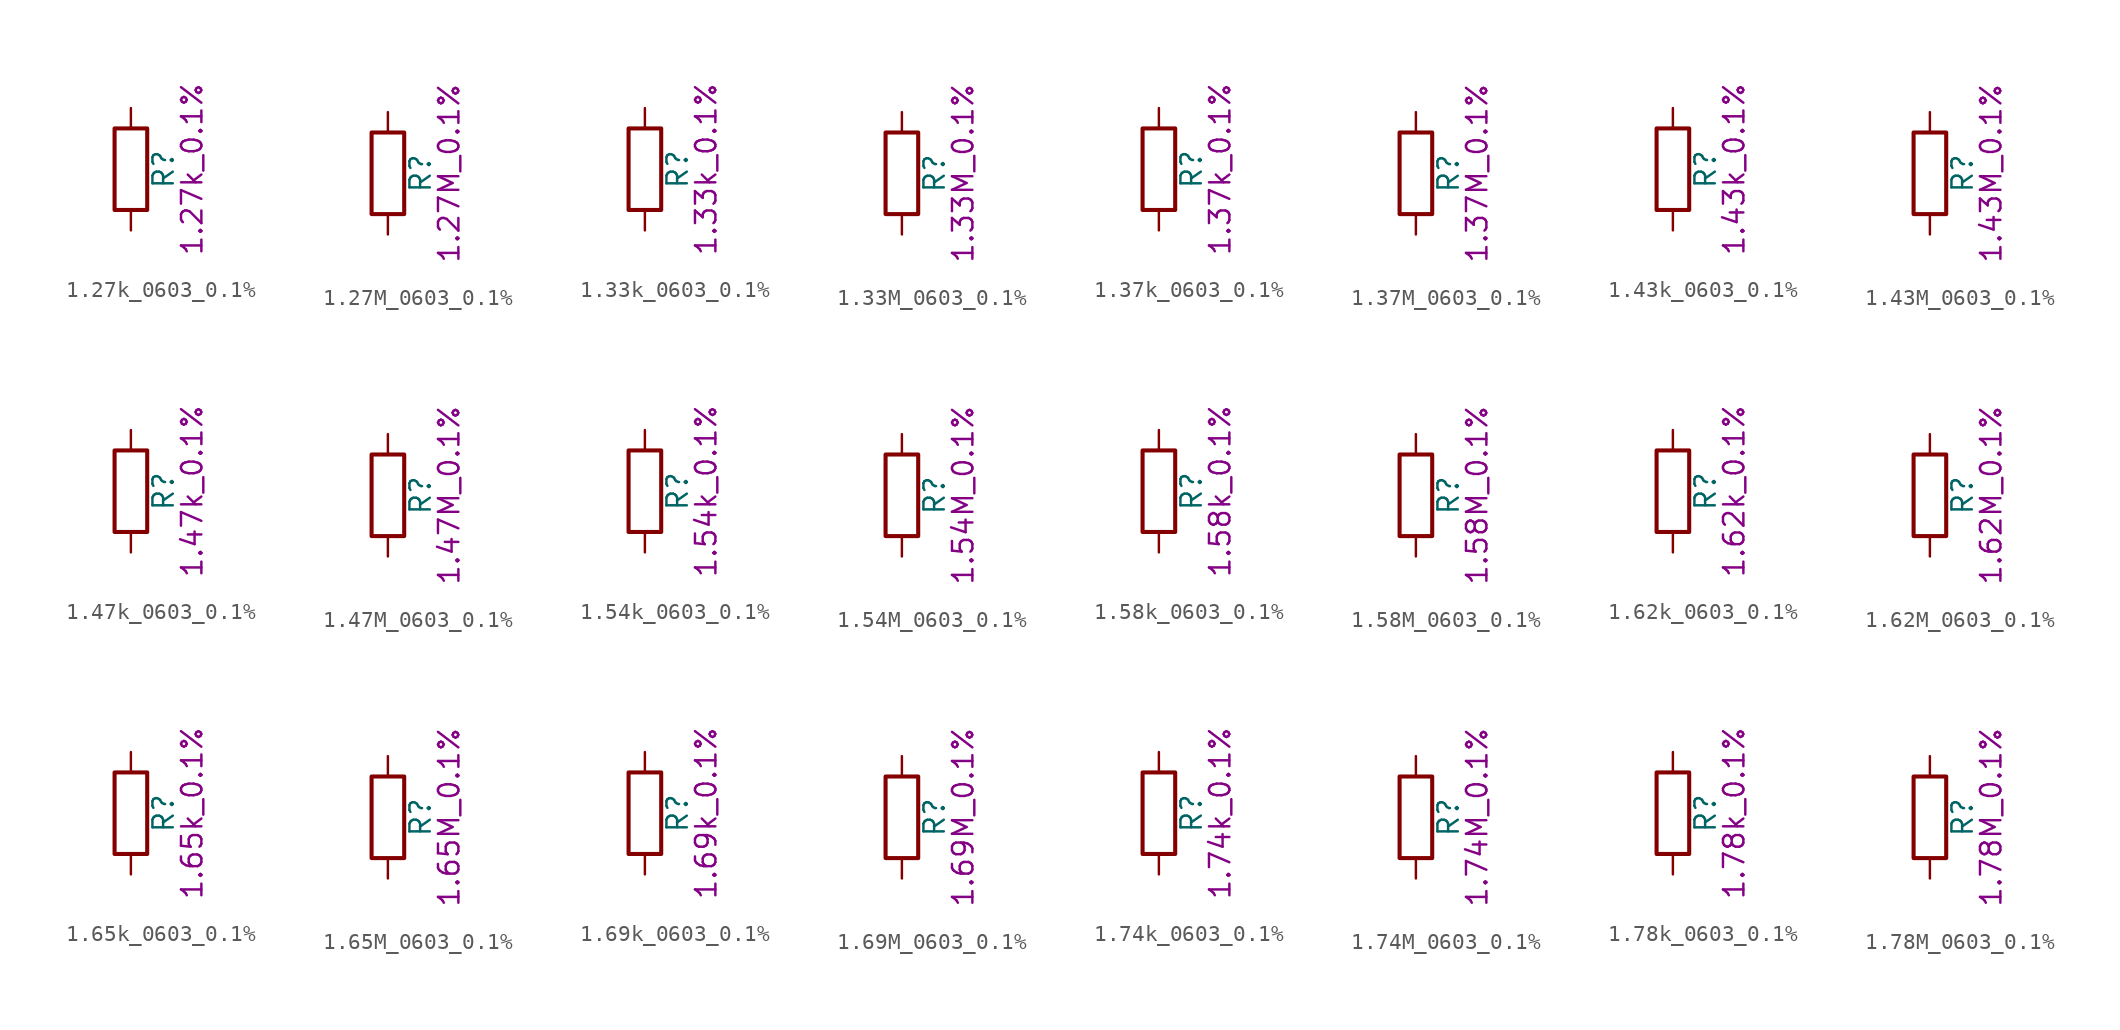
<source format=kicad_sym>
(kicad_symbol_lib
  (version 20211014)
  (generator kicad_symbol_editor)
  (symbol "1.27k_0603_0.1%"
    (pin_numbers hide)
    (pin_names
      (offset 0))
    (property "Reference" "R"
      (at 2.032 0 90)
      (effects (font (size 1.27 1.27))))
    (property "Display" "1.27k_0.1%"
      (at 3.81 0 90)
      (effects (font (size 1.27 1.27))))
    (symbol "1.27k_0603_0.1%_0_1"
      (rectangle (start -1.016 -2.54) (end 1.016 2.54) (stroke (width 0.254) (type default) (color 0 0 0 0)) (fill (type none))))
    (symbol "1.27k_0603_0.1%_1_1"
      (pin passive line (at 0 3.81 270) (length 1.27) (name "~" (effects (font (size 1.27 1.27)))) (number "1" (effects (font (size 1.27 1.27)))))
      (pin passive line (at 0 -3.81 90) (length 1.27) (name "~" (effects (font (size 1.27 1.27)))) (number "2" (effects (font (size 1.27 1.27)))))))
  (symbol "1.27M_0603_0.1%"
    (pin_numbers hide)
    (pin_names
      (offset 0))
    (property "Reference" "R"
      (at 2.032 0 90)
      (effects (font (size 1.27 1.27))))
    (property "Display" "1.27M_0.1%"
      (at 3.81 0 90)
      (effects (font (size 1.27 1.27))))
    (symbol "1.27M_0603_0.1%_0_1"
      (rectangle (start -1.016 -2.54) (end 1.016 2.54) (stroke (width 0.254) (type default) (color 0 0 0 0)) (fill (type none))))
    (symbol "1.27M_0603_0.1%_1_1"
      (pin passive line (at 0 3.81 270) (length 1.27) (name "~" (effects (font (size 1.27 1.27)))) (number "1" (effects (font (size 1.27 1.27)))))
      (pin passive line (at 0 -3.81 90) (length 1.27) (name "~" (effects (font (size 1.27 1.27)))) (number "2" (effects (font (size 1.27 1.27)))))))
  (symbol "1.33k_0603_0.1%"
    (pin_numbers hide)
    (pin_names
      (offset 0))
    (property "Reference" "R"
      (at 2.032 0 90)
      (effects (font (size 1.27 1.27))))
    (property "Display" "1.33k_0.1%"
      (at 3.81 0 90)
      (effects (font (size 1.27 1.27))))
    (symbol "1.33k_0603_0.1%_0_1"
      (rectangle (start -1.016 -2.54) (end 1.016 2.54) (stroke (width 0.254) (type default) (color 0 0 0 0)) (fill (type none))))
    (symbol "1.33k_0603_0.1%_1_1"
      (pin passive line (at 0 3.81 270) (length 1.27) (name "~" (effects (font (size 1.27 1.27)))) (number "1" (effects (font (size 1.27 1.27)))))
      (pin passive line (at 0 -3.81 90) (length 1.27) (name "~" (effects (font (size 1.27 1.27)))) (number "2" (effects (font (size 1.27 1.27)))))))
  (symbol "1.33M_0603_0.1%"
    (pin_numbers hide)
    (pin_names
      (offset 0))
    (property "Reference" "R"
      (at 2.032 0 90)
      (effects (font (size 1.27 1.27))))
    (property "Display" "1.33M_0.1%"
      (at 3.81 0 90)
      (effects (font (size 1.27 1.27))))
    (symbol "1.33M_0603_0.1%_0_1"
      (rectangle (start -1.016 -2.54) (end 1.016 2.54) (stroke (width 0.254) (type default) (color 0 0 0 0)) (fill (type none))))
    (symbol "1.33M_0603_0.1%_1_1"
      (pin passive line (at 0 3.81 270) (length 1.27) (name "~" (effects (font (size 1.27 1.27)))) (number "1" (effects (font (size 1.27 1.27)))))
      (pin passive line (at 0 -3.81 90) (length 1.27) (name "~" (effects (font (size 1.27 1.27)))) (number "2" (effects (font (size 1.27 1.27)))))))
  (symbol "1.37k_0603_0.1%"
    (pin_numbers hide)
    (pin_names
      (offset 0))
    (property "Reference" "R"
      (at 2.032 0 90)
      (effects (font (size 1.27 1.27))))
    (property "Display" "1.37k_0.1%"
      (at 3.81 0 90)
      (effects (font (size 1.27 1.27))))
    (symbol "1.37k_0603_0.1%_0_1"
      (rectangle (start -1.016 -2.54) (end 1.016 2.54) (stroke (width 0.254) (type default) (color 0 0 0 0)) (fill (type none))))
    (symbol "1.37k_0603_0.1%_1_1"
      (pin passive line (at 0 3.81 270) (length 1.27) (name "~" (effects (font (size 1.27 1.27)))) (number "1" (effects (font (size 1.27 1.27)))))
      (pin passive line (at 0 -3.81 90) (length 1.27) (name "~" (effects (font (size 1.27 1.27)))) (number "2" (effects (font (size 1.27 1.27)))))))
  (symbol "1.37M_0603_0.1%"
    (pin_numbers hide)
    (pin_names
      (offset 0))
    (property "Reference" "R"
      (at 2.032 0 90)
      (effects (font (size 1.27 1.27))))
    (property "Display" "1.37M_0.1%"
      (at 3.81 0 90)
      (effects (font (size 1.27 1.27))))
    (symbol "1.37M_0603_0.1%_0_1"
      (rectangle (start -1.016 -2.54) (end 1.016 2.54) (stroke (width 0.254) (type default) (color 0 0 0 0)) (fill (type none))))
    (symbol "1.37M_0603_0.1%_1_1"
      (pin passive line (at 0 3.81 270) (length 1.27) (name "~" (effects (font (size 1.27 1.27)))) (number "1" (effects (font (size 1.27 1.27)))))
      (pin passive line (at 0 -3.81 90) (length 1.27) (name "~" (effects (font (size 1.27 1.27)))) (number "2" (effects (font (size 1.27 1.27)))))))
  (symbol "1.43k_0603_0.1%"
    (pin_numbers hide)
    (pin_names
      (offset 0))
    (property "Reference" "R"
      (at 2.032 0 90)
      (effects (font (size 1.27 1.27))))
    (property "Display" "1.43k_0.1%"
      (at 3.81 0 90)
      (effects (font (size 1.27 1.27))))
    (symbol "1.43k_0603_0.1%_0_1"
      (rectangle (start -1.016 -2.54) (end 1.016 2.54) (stroke (width 0.254) (type default) (color 0 0 0 0)) (fill (type none))))
    (symbol "1.43k_0603_0.1%_1_1"
      (pin passive line (at 0 3.81 270) (length 1.27) (name "~" (effects (font (size 1.27 1.27)))) (number "1" (effects (font (size 1.27 1.27)))))
      (pin passive line (at 0 -3.81 90) (length 1.27) (name "~" (effects (font (size 1.27 1.27)))) (number "2" (effects (font (size 1.27 1.27)))))))
  (symbol "1.43M_0603_0.1%"
    (pin_numbers hide)
    (pin_names
      (offset 0))
    (property "Reference" "R"
      (at 2.032 0 90)
      (effects (font (size 1.27 1.27))))
    (property "Display" "1.43M_0.1%"
      (at 3.81 0 90)
      (effects (font (size 1.27 1.27))))
    (symbol "1.43M_0603_0.1%_0_1"
      (rectangle (start -1.016 -2.54) (end 1.016 2.54) (stroke (width 0.254) (type default) (color 0 0 0 0)) (fill (type none))))
    (symbol "1.43M_0603_0.1%_1_1"
      (pin passive line (at 0 3.81 270) (length 1.27) (name "~" (effects (font (size 1.27 1.27)))) (number "1" (effects (font (size 1.27 1.27)))))
      (pin passive line (at 0 -3.81 90) (length 1.27) (name "~" (effects (font (size 1.27 1.27)))) (number "2" (effects (font (size 1.27 1.27)))))))
  (symbol "1.47k_0603_0.1%"
    (pin_numbers hide)
    (pin_names
      (offset 0))
    (property "Reference" "R"
      (at 2.032 0 90)
      (effects (font (size 1.27 1.27))))
    (property "Display" "1.47k_0.1%"
      (at 3.81 0 90)
      (effects (font (size 1.27 1.27))))
    (symbol "1.47k_0603_0.1%_0_1"
      (rectangle (start -1.016 -2.54) (end 1.016 2.54) (stroke (width 0.254) (type default) (color 0 0 0 0)) (fill (type none))))
    (symbol "1.47k_0603_0.1%_1_1"
      (pin passive line (at 0 3.81 270) (length 1.27) (name "~" (effects (font (size 1.27 1.27)))) (number "1" (effects (font (size 1.27 1.27)))))
      (pin passive line (at 0 -3.81 90) (length 1.27) (name "~" (effects (font (size 1.27 1.27)))) (number "2" (effects (font (size 1.27 1.27)))))))
  (symbol "1.47M_0603_0.1%"
    (pin_numbers hide)
    (pin_names
      (offset 0))
    (property "Reference" "R"
      (at 2.032 0 90)
      (effects (font (size 1.27 1.27))))
    (property "Display" "1.47M_0.1%"
      (at 3.81 0 90)
      (effects (font (size 1.27 1.27))))
    (symbol "1.47M_0603_0.1%_0_1"
      (rectangle (start -1.016 -2.54) (end 1.016 2.54) (stroke (width 0.254) (type default) (color 0 0 0 0)) (fill (type none))))
    (symbol "1.47M_0603_0.1%_1_1"
      (pin passive line (at 0 3.81 270) (length 1.27) (name "~" (effects (font (size 1.27 1.27)))) (number "1" (effects (font (size 1.27 1.27)))))
      (pin passive line (at 0 -3.81 90) (length 1.27) (name "~" (effects (font (size 1.27 1.27)))) (number "2" (effects (font (size 1.27 1.27)))))))
  (symbol "1.54k_0603_0.1%"
    (pin_numbers hide)
    (pin_names
      (offset 0))
    (property "Reference" "R"
      (at 2.032 0 90)
      (effects (font (size 1.27 1.27))))
    (property "Display" "1.54k_0.1%"
      (at 3.81 0 90)
      (effects (font (size 1.27 1.27))))
    (symbol "1.54k_0603_0.1%_0_1"
      (rectangle (start -1.016 -2.54) (end 1.016 2.54) (stroke (width 0.254) (type default) (color 0 0 0 0)) (fill (type none))))
    (symbol "1.54k_0603_0.1%_1_1"
      (pin passive line (at 0 3.81 270) (length 1.27) (name "~" (effects (font (size 1.27 1.27)))) (number "1" (effects (font (size 1.27 1.27)))))
      (pin passive line (at 0 -3.81 90) (length 1.27) (name "~" (effects (font (size 1.27 1.27)))) (number "2" (effects (font (size 1.27 1.27)))))))
  (symbol "1.54M_0603_0.1%"
    (pin_numbers hide)
    (pin_names
      (offset 0))
    (property "Reference" "R"
      (at 2.032 0 90)
      (effects (font (size 1.27 1.27))))
    (property "Display" "1.54M_0.1%"
      (at 3.81 0 90)
      (effects (font (size 1.27 1.27))))
    (symbol "1.54M_0603_0.1%_0_1"
      (rectangle (start -1.016 -2.54) (end 1.016 2.54) (stroke (width 0.254) (type default) (color 0 0 0 0)) (fill (type none))))
    (symbol "1.54M_0603_0.1%_1_1"
      (pin passive line (at 0 3.81 270) (length 1.27) (name "~" (effects (font (size 1.27 1.27)))) (number "1" (effects (font (size 1.27 1.27)))))
      (pin passive line (at 0 -3.81 90) (length 1.27) (name "~" (effects (font (size 1.27 1.27)))) (number "2" (effects (font (size 1.27 1.27)))))))
  (symbol "1.58k_0603_0.1%"
    (pin_numbers hide)
    (pin_names
      (offset 0))
    (property "Reference" "R"
      (at 2.032 0 90)
      (effects (font (size 1.27 1.27))))
    (property "Display" "1.58k_0.1%"
      (at 3.81 0 90)
      (effects (font (size 1.27 1.27))))
    (symbol "1.58k_0603_0.1%_0_1"
      (rectangle (start -1.016 -2.54) (end 1.016 2.54) (stroke (width 0.254) (type default) (color 0 0 0 0)) (fill (type none))))
    (symbol "1.58k_0603_0.1%_1_1"
      (pin passive line (at 0 3.81 270) (length 1.27) (name "~" (effects (font (size 1.27 1.27)))) (number "1" (effects (font (size 1.27 1.27)))))
      (pin passive line (at 0 -3.81 90) (length 1.27) (name "~" (effects (font (size 1.27 1.27)))) (number "2" (effects (font (size 1.27 1.27)))))))
  (symbol "1.58M_0603_0.1%"
    (pin_numbers hide)
    (pin_names
      (offset 0))
    (property "Reference" "R"
      (at 2.032 0 90)
      (effects (font (size 1.27 1.27))))
    (property "Display" "1.58M_0.1%"
      (at 3.81 0 90)
      (effects (font (size 1.27 1.27))))
    (symbol "1.58M_0603_0.1%_0_1"
      (rectangle (start -1.016 -2.54) (end 1.016 2.54) (stroke (width 0.254) (type default) (color 0 0 0 0)) (fill (type none))))
    (symbol "1.58M_0603_0.1%_1_1"
      (pin passive line (at 0 3.81 270) (length 1.27) (name "~" (effects (font (size 1.27 1.27)))) (number "1" (effects (font (size 1.27 1.27)))))
      (pin passive line (at 0 -3.81 90) (length 1.27) (name "~" (effects (font (size 1.27 1.27)))) (number "2" (effects (font (size 1.27 1.27)))))))
  (symbol "1.62k_0603_0.1%"
    (pin_numbers hide)
    (pin_names
      (offset 0))
    (property "Reference" "R"
      (at 2.032 0 90)
      (effects (font (size 1.27 1.27))))
    (property "Display" "1.62k_0.1%"
      (at 3.81 0 90)
      (effects (font (size 1.27 1.27))))
    (symbol "1.62k_0603_0.1%_0_1"
      (rectangle (start -1.016 -2.54) (end 1.016 2.54) (stroke (width 0.254) (type default) (color 0 0 0 0)) (fill (type none))))
    (symbol "1.62k_0603_0.1%_1_1"
      (pin passive line (at 0 3.81 270) (length 1.27) (name "~" (effects (font (size 1.27 1.27)))) (number "1" (effects (font (size 1.27 1.27)))))
      (pin passive line (at 0 -3.81 90) (length 1.27) (name "~" (effects (font (size 1.27 1.27)))) (number "2" (effects (font (size 1.27 1.27)))))))
  (symbol "1.62M_0603_0.1%"
    (pin_numbers hide)
    (pin_names
      (offset 0))
    (property "Reference" "R"
      (at 2.032 0 90)
      (effects (font (size 1.27 1.27))))
    (property "Display" "1.62M_0.1%"
      (at 3.81 0 90)
      (effects (font (size 1.27 1.27))))
    (symbol "1.62M_0603_0.1%_0_1"
      (rectangle (start -1.016 -2.54) (end 1.016 2.54) (stroke (width 0.254) (type default) (color 0 0 0 0)) (fill (type none))))
    (symbol "1.62M_0603_0.1%_1_1"
      (pin passive line (at 0 3.81 270) (length 1.27) (name "~" (effects (font (size 1.27 1.27)))) (number "1" (effects (font (size 1.27 1.27)))))
      (pin passive line (at 0 -3.81 90) (length 1.27) (name "~" (effects (font (size 1.27 1.27)))) (number "2" (effects (font (size 1.27 1.27)))))))
  (symbol "1.65k_0603_0.1%"
    (pin_numbers hide)
    (pin_names
      (offset 0))
    (property "Reference" "R"
      (at 2.032 0 90)
      (effects (font (size 1.27 1.27))))
    (property "Display" "1.65k_0.1%"
      (at 3.81 0 90)
      (effects (font (size 1.27 1.27))))
    (symbol "1.65k_0603_0.1%_0_1"
      (rectangle (start -1.016 -2.54) (end 1.016 2.54) (stroke (width 0.254) (type default) (color 0 0 0 0)) (fill (type none))))
    (symbol "1.65k_0603_0.1%_1_1"
      (pin passive line (at 0 3.81 270) (length 1.27) (name "~" (effects (font (size 1.27 1.27)))) (number "1" (effects (font (size 1.27 1.27)))))
      (pin passive line (at 0 -3.81 90) (length 1.27) (name "~" (effects (font (size 1.27 1.27)))) (number "2" (effects (font (size 1.27 1.27)))))))
  (symbol "1.65M_0603_0.1%"
    (pin_numbers hide)
    (pin_names
      (offset 0))
    (property "Reference" "R"
      (at 2.032 0 90)
      (effects (font (size 1.27 1.27))))
    (property "Display" "1.65M_0.1%"
      (at 3.81 0 90)
      (effects (font (size 1.27 1.27))))
    (symbol "1.65M_0603_0.1%_0_1"
      (rectangle (start -1.016 -2.54) (end 1.016 2.54) (stroke (width 0.254) (type default) (color 0 0 0 0)) (fill (type none))))
    (symbol "1.65M_0603_0.1%_1_1"
      (pin passive line (at 0 3.81 270) (length 1.27) (name "~" (effects (font (size 1.27 1.27)))) (number "1" (effects (font (size 1.27 1.27)))))
      (pin passive line (at 0 -3.81 90) (length 1.27) (name "~" (effects (font (size 1.27 1.27)))) (number "2" (effects (font (size 1.27 1.27)))))))
  (symbol "1.69k_0603_0.1%"
    (pin_numbers hide)
    (pin_names
      (offset 0))
    (property "Reference" "R"
      (at 2.032 0 90)
      (effects (font (size 1.27 1.27))))
    (property "Display" "1.69k_0.1%"
      (at 3.81 0 90)
      (effects (font (size 1.27 1.27))))
    (symbol "1.69k_0603_0.1%_0_1"
      (rectangle (start -1.016 -2.54) (end 1.016 2.54) (stroke (width 0.254) (type default) (color 0 0 0 0)) (fill (type none))))
    (symbol "1.69k_0603_0.1%_1_1"
      (pin passive line (at 0 3.81 270) (length 1.27) (name "~" (effects (font (size 1.27 1.27)))) (number "1" (effects (font (size 1.27 1.27)))))
      (pin passive line (at 0 -3.81 90) (length 1.27) (name "~" (effects (font (size 1.27 1.27)))) (number "2" (effects (font (size 1.27 1.27)))))))
  (symbol "1.69M_0603_0.1%"
    (pin_numbers hide)
    (pin_names
      (offset 0))
    (property "Reference" "R"
      (at 2.032 0 90)
      (effects (font (size 1.27 1.27))))
    (property "Display" "1.69M_0.1%"
      (at 3.81 0 90)
      (effects (font (size 1.27 1.27))))
    (symbol "1.69M_0603_0.1%_0_1"
      (rectangle (start -1.016 -2.54) (end 1.016 2.54) (stroke (width 0.254) (type default) (color 0 0 0 0)) (fill (type none))))
    (symbol "1.69M_0603_0.1%_1_1"
      (pin passive line (at 0 3.81 270) (length 1.27) (name "~" (effects (font (size 1.27 1.27)))) (number "1" (effects (font (size 1.27 1.27)))))
      (pin passive line (at 0 -3.81 90) (length 1.27) (name "~" (effects (font (size 1.27 1.27)))) (number "2" (effects (font (size 1.27 1.27)))))))
  (symbol "1.74k_0603_0.1%"
    (pin_numbers hide)
    (pin_names
      (offset 0))
    (property "Reference" "R"
      (at 2.032 0 90)
      (effects (font (size 1.27 1.27))))
    (property "Display" "1.74k_0.1%"
      (at 3.81 0 90)
      (effects (font (size 1.27 1.27))))
    (symbol "1.74k_0603_0.1%_0_1"
      (rectangle (start -1.016 -2.54) (end 1.016 2.54) (stroke (width 0.254) (type default) (color 0 0 0 0)) (fill (type none))))
    (symbol "1.74k_0603_0.1%_1_1"
      (pin passive line (at 0 3.81 270) (length 1.27) (name "~" (effects (font (size 1.27 1.27)))) (number "1" (effects (font (size 1.27 1.27)))))
      (pin passive line (at 0 -3.81 90) (length 1.27) (name "~" (effects (font (size 1.27 1.27)))) (number "2" (effects (font (size 1.27 1.27)))))))
  (symbol "1.74M_0603_0.1%"
    (pin_numbers hide)
    (pin_names
      (offset 0))
    (property "Reference" "R"
      (at 2.032 0 90)
      (effects (font (size 1.27 1.27))))
    (property "Display" "1.74M_0.1%"
      (at 3.81 0 90)
      (effects (font (size 1.27 1.27))))
    (symbol "1.74M_0603_0.1%_0_1"
      (rectangle (start -1.016 -2.54) (end 1.016 2.54) (stroke (width 0.254) (type default) (color 0 0 0 0)) (fill (type none))))
    (symbol "1.74M_0603_0.1%_1_1"
      (pin passive line (at 0 3.81 270) (length 1.27) (name "~" (effects (font (size 1.27 1.27)))) (number "1" (effects (font (size 1.27 1.27)))))
      (pin passive line (at 0 -3.81 90) (length 1.27) (name "~" (effects (font (size 1.27 1.27)))) (number "2" (effects (font (size 1.27 1.27)))))))
  (symbol "1.78k_0603_0.1%"
    (pin_numbers hide)
    (pin_names
      (offset 0))
    (property "Reference" "R"
      (at 2.032 0 90)
      (effects (font (size 1.27 1.27))))
    (property "Display" "1.78k_0.1%"
      (at 3.81 0 90)
      (effects (font (size 1.27 1.27))))
    (symbol "1.78k_0603_0.1%_0_1"
      (rectangle (start -1.016 -2.54) (end 1.016 2.54) (stroke (width 0.254) (type default) (color 0 0 0 0)) (fill (type none))))
    (symbol "1.78k_0603_0.1%_1_1"
      (pin passive line (at 0 3.81 270) (length 1.27) (name "~" (effects (font (size 1.27 1.27)))) (number "1" (effects (font (size 1.27 1.27)))))
      (pin passive line (at 0 -3.81 90) (length 1.27) (name "~" (effects (font (size 1.27 1.27)))) (number "2" (effects (font (size 1.27 1.27)))))))
  (symbol "1.78M_0603_0.1%"
    (pin_numbers hide)
    (pin_names
      (offset 0))
    (property "Reference" "R"
      (at 2.032 0 90)
      (effects (font (size 1.27 1.27))))
    (property "Display" "1.78M_0.1%"
      (at 3.81 0 90)
      (effects (font (size 1.27 1.27))))
    (symbol "1.78M_0603_0.1%_0_1"
      (rectangle (start -1.016 -2.54) (end 1.016 2.54) (stroke (width 0.254) (type default) (color 0 0 0 0)) (fill (type none))))
    (symbol "1.78M_0603_0.1%_1_1"
      (pin passive line (at 0 3.81 270) (length 1.27) (name "~" (effects (font (size 1.27 1.27)))) (number "1" (effects (font (size 1.27 1.27)))))
      (pin passive line (at 0 -3.81 90) (length 1.27) (name "~" (effects (font (size 1.27 1.27)))) (number "2" (effects (font (size 1.27 1.27))))))))
</source>
